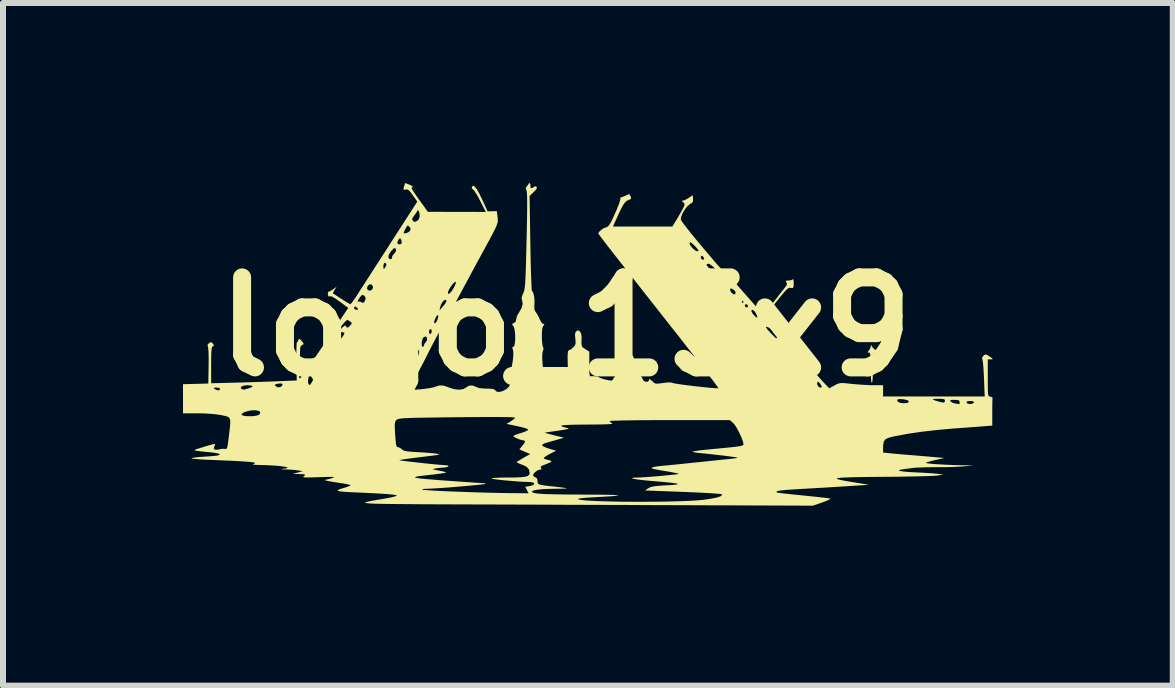
<source format=kicad_pcb>
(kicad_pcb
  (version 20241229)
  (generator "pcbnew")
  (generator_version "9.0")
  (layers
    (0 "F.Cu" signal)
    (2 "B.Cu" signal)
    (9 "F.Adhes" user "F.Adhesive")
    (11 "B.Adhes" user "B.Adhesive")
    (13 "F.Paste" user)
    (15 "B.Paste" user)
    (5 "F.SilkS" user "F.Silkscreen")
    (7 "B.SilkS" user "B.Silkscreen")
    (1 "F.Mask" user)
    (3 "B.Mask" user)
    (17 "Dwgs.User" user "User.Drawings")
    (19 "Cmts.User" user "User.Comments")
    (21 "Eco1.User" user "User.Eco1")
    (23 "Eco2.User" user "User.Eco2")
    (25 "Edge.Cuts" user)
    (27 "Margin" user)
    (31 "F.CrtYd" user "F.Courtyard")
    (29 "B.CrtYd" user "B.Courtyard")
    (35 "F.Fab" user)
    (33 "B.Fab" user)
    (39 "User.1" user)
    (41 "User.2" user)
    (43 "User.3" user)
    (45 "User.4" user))
  (footprint "logo_15x9"
    (layer "F.Cu")
    (at 6.378 2.395)
    (property "Reference" "logo_15x9" (at 0 0 0) (layer "F.SilkS") (effects (font (size 1.5 1.5) (thickness 0.3))))
    (attr board_only exclude_from_pos_files exclude_from_bom)
    (fp_poly (pts (xy 1.032 0.272) (xy 1.022 0.281) (xy 1.013 0.272) (xy 1.022 0.263)) (stroke (width 0) (type solid)) (fill yes) (layer "F.SilkS"))
    (fp_poly (pts (xy 5.097 0.314) (xy 5.106 0.333) (xy 5.138 0.371) (xy 5.166 0.387) (xy 5.193 0.397) (xy 5.187 0.406) (xy 5.163 0.415) (xy 5.146 0.423) (xy 5.135 0.436) (xy 5.127 0.46) (xy 5.123 0.503) (xy 5.122 0.569) (xy 5.121 0.666) (xy 5.121 0.684) (xy 5.12 0.791) (xy 5.116 0.872) (xy 5.11 0.922) (xy 5.103 0.938) (xy 5.095 0.92) (xy 5.089 0.868) (xy 5.085 0.786) (xy 5.084 0.685) (xy 5.083 0.582) (xy 5.081 0.511) (xy 5.077 0.466) (xy 5.071 0.442) (xy 5.06 0.433) (xy 5.053 0.431) (xy 5.032 0.429) (xy 5.038 0.414) (xy 5.053 0.397) (xy 5.078 0.356) (xy 5.085 0.327) (xy 5.088 0.304)) (stroke (width 0) (type solid)) (fill yes) (layer "F.SilkS"))
    (fp_poly (pts (xy 3.8 -0.755) (xy 3.801 -0.723) (xy 3.798 -0.671) (xy 3.789 -0.647) (xy 3.769 -0.644) (xy 3.751 -0.647) (xy 3.73 -0.649) (xy 3.708 -0.64) (xy 3.68 -0.617) (xy 3.642 -0.576) (xy 3.589 -0.512) (xy 3.54 -0.451) (xy 3.479 -0.376) (xy 3.426 -0.314) (xy 3.384 -0.268) (xy 3.359 -0.246) (xy 3.355 -0.244) (xy 3.345 -0.254) (xy 3.353 -0.267) (xy 3.371 -0.29) (xy 3.407 -0.337) (xy 3.456 -0.399) (xy 3.513 -0.472) (xy 3.518 -0.478) (xy 3.575 -0.552) (xy 3.625 -0.615) (xy 3.662 -0.663) (xy 3.682 -0.689) (xy 3.682 -0.689) (xy 3.688 -0.723) (xy 3.677 -0.741) (xy 3.666 -0.761) (xy 3.683 -0.768) (xy 3.708 -0.769) (xy 3.755 -0.775) (xy 3.783 -0.789) (xy 3.795 -0.789)) (stroke (width 0) (type solid)) (fill yes) (layer "F.SilkS"))
    (fp_poly (pts (xy -2.603 -2.367) (xy -2.558 -2.345) (xy -2.55 -2.328) (xy -2.555 -2.324) (xy -2.563 -2.318) (xy -2.566 -2.309) (xy -2.561 -2.293) (xy -2.545 -2.266) (xy -2.517 -2.223) (xy -2.473 -2.16) (xy -2.41 -2.072) (xy -2.381 -2.032) (xy -2.298 -1.915) (xy -1.814 -1.914) (xy -1.331 -1.913) (xy -1.427 -2.101) (xy -1.467 -2.176) (xy -1.504 -2.237) (xy -1.532 -2.277) (xy -1.547 -2.289) (xy -1.564 -2.303) (xy -1.563 -2.326) (xy -1.546 -2.35) (xy -1.52 -2.34) (xy -1.483 -2.295) (xy -1.438 -2.216) (xy -1.39 -2.117) (xy -1.302 -1.923) (xy -1.225 -1.924) (xy -1.148 -1.926) (xy -1.135 -1.826) (xy -1.132 -1.797) (xy -1.131 -1.771) (xy -1.133 -1.744) (xy -1.142 -1.712) (xy -1.157 -1.672) (xy -1.182 -1.618) (xy -1.217 -1.549) (xy -1.265 -1.459) (xy -1.327 -1.344) (xy -1.405 -1.202) (xy -1.426 -1.163) (xy -1.467 -1.089) (xy -1.521 -0.989) (xy -1.584 -0.871) (xy -1.652 -0.744) (xy -1.722 -0.615) (xy -1.755 -0.553) (xy -1.822 -0.428) (xy -1.89 -0.303) (xy -1.954 -0.186) (xy -2.011 -0.083) (xy -2.056 -0.003) (xy -2.073 0.028) (xy -2.118 0.107) (xy -2.173 0.209) (xy -2.232 0.322) (xy -2.29 0.434) (xy -2.307 0.469) (xy -2.361 0.576) (xy -2.417 0.683) (xy -2.469 0.783) (xy -2.512 0.862) (xy -2.525 0.886) (xy -2.562 0.952) (xy -2.59 1.005) (xy -2.606 1.038) (xy -2.608 1.043) (xy -2.59 1.05) (xy -2.545 1.051) (xy -2.48 1.048) (xy -2.405 1.042) (xy -2.328 1.033) (xy -2.258 1.022) (xy -2.204 1.011) (xy -2.184 1.004) (xy -2.111 0.981) (xy -2.045 0.98) (xy -1.972 1.002) (xy -1.948 1.013) (xy -1.864 1.04) (xy -1.781 1.05) (xy -1.71 1.041) (xy -1.661 1.014) (xy -1.66 1.013) (xy -1.609 0.982) (xy -1.548 0.98) (xy -1.492 1.004) (xy -1.444 1.023) (xy -1.359 1.031) (xy -1.321 1.032) (xy -1.245 1.034) (xy -1.2 1.041) (xy -1.178 1.054) (xy -1.175 1.06) (xy -1.148 1.084) (xy -1.102 1.087) (xy -1.046 1.072) (xy -0.989 1.04) (xy -0.943 0.997) (xy -0.928 0.962) (xy -0.921 0.909) (xy -0.921 0.854) (xy -0.928 0.812) (xy -0.938 0.797) (xy -0.943 0.775) (xy -0.927 0.741) (xy -0.907 0.694) (xy -0.891 0.626) (xy -0.879 0.547) (xy -0.872 0.471) (xy -0.874 0.408) (xy -0.882 0.375) (xy -0.892 0.346) (xy -0.877 0.338) (xy -0.873 0.338) (xy -0.857 0.321) (xy -0.847 0.276) (xy -0.842 0.215) (xy -0.842 0.145) (xy -0.847 0.077) (xy -0.858 0.021) (xy -0.873 -0.013) (xy -0.874 -0.014) (xy -0.894 -0.039) (xy -0.882 -0.053) (xy -0.865 -0.059) (xy -0.832 -0.088) (xy -0.825 -0.124) (xy -0.814 -0.172) (xy -0.786 -0.225) (xy -0.778 -0.237) (xy -0.735 -0.31) (xy -0.717 -0.381) (xy -0.726 -0.44) (xy -0.728 -0.443) (xy -0.735 -0.479) (xy -0.721 -0.528) (xy -0.709 -0.554) (xy -0.7 -0.574) (xy -0.692 -0.598) (xy -0.686 -0.628) (xy -0.68 -0.67) (xy -0.675 -0.725) (xy -0.671 -0.799) (xy -0.667 -0.894) (xy -0.663 -1.014) (xy -0.659 -1.162) (xy -0.654 -1.343) (xy -0.652 -1.434) (xy -0.647 -1.642) (xy -0.644 -1.815) (xy -0.642 -1.957) (xy -0.642 -2.069) (xy -0.643 -2.153) (xy -0.645 -2.214) (xy -0.649 -2.253) (xy -0.654 -2.273) (xy -0.655 -2.274) (xy -0.666 -2.308) (xy -0.648 -2.338) (xy -0.624 -2.369) (xy -0.619 -2.385) (xy -0.607 -2.394) (xy -0.599 -2.391) (xy -0.586 -2.365) (xy -0.588 -2.343) (xy -0.585 -2.314) (xy -0.561 -2.309) (xy -0.529 -2.33) (xy -0.503 -2.342) (xy -0.485 -2.331) (xy -0.479 -2.31) (xy -0.499 -2.279) (xy -0.533 -2.244) (xy -0.602 -2.179) (xy -0.589 -1.394) (xy -0.586 -1.226) (xy -0.583 -1.07) (xy -0.579 -0.93) (xy -0.575 -0.81) (xy -0.571 -0.713) (xy -0.568 -0.644) (xy -0.565 -0.606) (xy -0.563 -0.6) (xy -0.541 -0.566) (xy -0.526 -0.506) (xy -0.519 -0.433) (xy -0.521 -0.379) (xy -0.523 -0.309) (xy -0.513 -0.266) (xy -0.501 -0.248) (xy -0.477 -0.212) (xy -0.447 -0.157) (xy -0.433 -0.125) (xy -0.408 -0.077) (xy -0.386 -0.049) (xy -0.375 -0.047) (xy -0.358 -0.049) (xy -0.36 -0.031) (xy -0.379 -0.004) (xy -0.379 -0.003) (xy -0.389 0.025) (xy -0.395 0.08) (xy -0.397 0.149) (xy -0.395 0.222) (xy -0.39 0.287) (xy -0.381 0.332) (xy -0.375 0.345) (xy -0.369 0.374) (xy -0.379 0.4) (xy -0.389 0.444) (xy -0.391 0.518) (xy -0.387 0.59) (xy -0.38 0.687) (xy -0.372 0.753) (xy -0.356 0.794) (xy -0.328 0.816) (xy -0.281 0.824) (xy -0.209 0.826) (xy -0.156 0.825) (xy 0.04 0.825) (xy 0.034 0.61) (xy 0.032 0.512) (xy 0.034 0.448) (xy 0.039 0.41) (xy 0.048 0.395) (xy 0.052 0.394) (xy 0.081 0.382) (xy 0.119 0.351) (xy 0.125 0.346) (xy 0.153 0.313) (xy 0.165 0.281) (xy 0.164 0.234) (xy 0.161 0.199) (xy 0.155 0.136) (xy 0.161 0.098) (xy 0.178 0.075) (xy 0.206 0.06) (xy 0.233 0.075) (xy 0.239 0.081) (xy 0.257 0.113) (xy 0.265 0.166) (xy 0.265 0.222) (xy 0.263 0.285) (xy 0.269 0.322) (xy 0.287 0.347) (xy 0.322 0.371) (xy 0.327 0.374) (xy 0.394 0.416) (xy 0.394 0.621) (xy 0.394 0.825) (xy 0.468 0.825) (xy 0.517 0.829) (xy 0.548 0.838) (xy 0.551 0.841) (xy 0.574 0.853) (xy 0.621 0.87) (xy 0.668 0.882) (xy 0.73 0.896) (xy 0.765 0.898) (xy 0.781 0.89) (xy 0.784 0.883) (xy 0.801 0.855) (xy 0.835 0.812) (xy 0.856 0.788) (xy 0.894 0.741) (xy 0.913 0.698) (xy 0.919 0.641) (xy 0.919 0.615) (xy 0.925 0.537) (xy 0.944 0.483) (xy 0.959 0.462) (xy 0.983 0.421) (xy 0.989 0.388) (xy 0.988 0.386) (xy 0.992 0.353) (xy 1.016 0.325) (xy 1.036 0.319) (xy 1.048 0.335) (xy 1.051 0.358) (xy 1.062 0.398) (xy 1.091 0.446) (xy 1.097 0.454) (xy 1.13 0.506) (xy 1.143 0.569) (xy 1.144 0.599) (xy 1.149 0.661) (xy 1.167 0.707) (xy 1.208 0.756) (xy 1.209 0.757) (xy 1.248 0.806) (xy 1.274 0.851) (xy 1.279 0.868) (xy 1.296 0.898) (xy 1.328 0.916) (xy 1.362 0.919) (xy 1.385 0.903) (xy 1.388 0.889) (xy 1.393 0.872) (xy 1.41 0.879) (xy 1.442 0.907) (xy 1.472 0.934) (xy 1.499 0.948) (xy 1.534 0.95) (xy 1.59 0.943) (xy 1.62 0.938) (xy 1.704 0.929) (xy 1.761 0.931) (xy 1.777 0.936) (xy 1.805 0.944) (xy 1.861 0.953) (xy 1.94 0.965) (xy 2.034 0.977) (xy 2.137 0.99) (xy 2.241 1.001) (xy 2.34 1.012) (xy 2.426 1.02) (xy 2.494 1.025) (xy 2.536 1.026) (xy 2.546 1.025) (xy 2.536 1.009) (xy 2.505 0.966) (xy 2.491 0.947) (xy 4.191 0.947) (xy 4.195 0.971) (xy 4.219 1.006) (xy 4.243 1.013) (xy 4.266 1.011) (xy 4.268 0.998) (xy 4.25 0.964) (xy 4.246 0.957) (xy 4.217 0.921) (xy 4.197 0.918) (xy 4.191 0.947) (xy 2.491 0.947) (xy 2.455 0.898) (xy 2.387 0.809) (xy 2.346 0.756) (xy 4.052 0.756) (xy 4.061 0.785) (xy 4.08 0.808) (xy 4.099 0.814) (xy 4.105 0.807) (xy 4.105 0.772) (xy 4.101 0.759) (xy 4.081 0.735) (xy 4.06 0.736) (xy 4.052 0.756) (xy 2.346 0.756) (xy 2.303 0.7) (xy 2.226 0.6) (xy 3.883 0.6) (xy 3.897 0.632) (xy 3.919 0.638) (xy 3.945 0.629) (xy 3.945 0.6) (xy 3.926 0.57) (xy 3.909 0.563) (xy 3.888 0.578) (xy 3.883 0.6) (xy 2.226 0.6) (xy 2.206 0.574) (xy 2.097 0.434) (xy 2.041 0.362) (xy 3.706 0.362) (xy 3.713 0.388) (xy 3.737 0.422) (xy 3.767 0.454) (xy 3.785 0.454) (xy 3.786 0.451) (xy 3.78 0.422) (xy 3.755 0.388) (xy 3.72 0.361) (xy 3.706 0.362) (xy 2.041 0.362) (xy 1.978 0.281) (xy 1.851 0.119) (xy 1.808 0.065) (xy 1.766 0.012) (xy 3.339 0.012) (xy 3.362 0.045) (xy 3.408 0.096) (xy 3.424 0.113) (xy 3.475 0.164) (xy 3.514 0.203) (xy 3.536 0.223) (xy 3.538 0.225) (xy 3.537 0.21) (xy 3.532 0.186) (xy 3.513 0.15) (xy 3.496 0.137) (xy 3.473 0.114) (xy 3.47 0.103) (xy 3.456 0.073) (xy 3.42 0.039) (xy 3.377 0.011) (xy 3.342 0) (xy 3.339 0.012) (xy 1.766 0.012) (xy 1.669 -0.112) (xy 1.553 -0.259) (xy 3.095 -0.259) (xy 3.107 -0.231) (xy 3.136 -0.194) (xy 3.168 -0.163) (xy 3.192 -0.15) (xy 3.194 -0.165) (xy 3.181 -0.201) (xy 3.175 -0.215) (xy 3.147 -0.257) (xy 3.12 -0.28) (xy 3.1 -0.278) (xy 3.095 -0.259) (xy 1.553 -0.259) (xy 1.53 -0.288) (xy 1.471 -0.364) (xy 2.985 -0.364) (xy 2.99 -0.338) (xy 2.995 -0.331) (xy 3.023 -0.319) (xy 3.038 -0.339) (xy 3.039 -0.347) (xy 3.024 -0.372) (xy 3.011 -0.375) (xy 2.985 -0.364) (xy 1.471 -0.364) (xy 1.426 -0.42) (xy 2.933 -0.42) (xy 2.936 -0.413) (xy 2.953 -0.395) (xy 2.956 -0.394) (xy 2.964 -0.408) (xy 2.964 -0.413) (xy 2.95 -0.431) (xy 2.944 -0.431) (xy 2.933 -0.42) (xy 1.426 -0.42) (xy 1.394 -0.461) (xy 1.265 -0.625) (xy 2.739 -0.625) (xy 2.746 -0.594) (xy 2.769 -0.56) (xy 2.803 -0.537) (xy 2.826 -0.546) (xy 2.833 -0.573) (xy 2.818 -0.6) (xy 2.785 -0.626) (xy 2.75 -0.638) (xy 2.749 -0.638) (xy 2.739 -0.625) (xy 1.265 -0.625) (xy 1.264 -0.627) (xy 1.142 -0.782) (xy 1.032 -0.922) (xy 0.937 -1.043) (xy 2.35 -1.043) (xy 2.352 -1.019) (xy 2.387 -0.981) (xy 2.436 -0.943) (xy 2.482 -0.915) (xy 2.517 -0.901) (xy 2.532 -0.907) (xy 2.532 -0.909) (xy 2.519 -0.935) (xy 2.486 -0.973) (xy 2.444 -1.011) (xy 2.405 -1.04) (xy 2.38 -1.051) (xy 2.35 -1.043) (xy 0.937 -1.043) (xy 0.936 -1.043) (xy 0.858 -1.143) (xy 0.837 -1.169) (xy 2.253 -1.169) (xy 2.254 -1.142) (xy 2.272 -1.121) (xy 2.275 -1.12) (xy 2.303 -1.118) (xy 2.305 -1.141) (xy 2.301 -1.153) (xy 2.281 -1.178) (xy 2.27 -1.182) (xy 2.253 -1.169) (xy 0.837 -1.169) (xy 0.802 -1.214) (xy 0.727 -1.31) (xy 0.661 -1.395) (xy 2.063 -1.395) (xy 2.072 -1.364) (xy 2.103 -1.321) (xy 2.114 -1.309) (xy 2.155 -1.274) (xy 2.19 -1.257) (xy 2.211 -1.261) (xy 2.214 -1.27) (xy 2.201 -1.292) (xy 2.171 -1.327) (xy 2.133 -1.365) (xy 2.099 -1.395) (xy 2.079 -1.407) (xy 2.063 -1.395) (xy 0.661 -1.395) (xy 0.661 -1.395) (xy 0.607 -1.467) (xy 0.567 -1.52) (xy 0.546 -1.551) (xy 0.544 -1.556) (xy 0.558 -1.581) (xy 0.592 -1.613) (xy 0.63 -1.64) (xy 0.66 -1.651) (xy 0.694 -1.664) (xy 0.719 -1.685) (xy 0.741 -1.718) (xy 0.771 -1.774) (xy 0.804 -1.846) (xy 0.839 -1.924) (xy 0.87 -2) (xy 0.895 -2.066) (xy 0.909 -2.114) (xy 0.911 -2.133) (xy 0.915 -2.155) (xy 0.924 -2.157) (xy 0.956 -2.166) (xy 1.001 -2.185) (xy 1.002 -2.186) (xy 1.04 -2.204) (xy 1.059 -2.21) (xy 1.06 -2.209) (xy 1.071 -2.191) (xy 1.084 -2.167) (xy 1.093 -2.14) (xy 1.077 -2.123) (xy 1.045 -2.111) (xy 1.017 -2.097) (xy 0.99 -2.072) (xy 0.96 -2.031) (xy 0.926 -1.97) (xy 0.884 -1.882) (xy 0.832 -1.768) (xy 0.788 -1.67) (xy 1.284 -1.67) (xy 1.779 -1.67) (xy 1.844 -1.777) (xy 1.902 -1.875) (xy 1.942 -1.946) (xy 1.968 -1.995) (xy 1.98 -2.027) (xy 1.98 -2.048) (xy 1.972 -2.062) (xy 1.959 -2.072) (xy 1.936 -2.093) (xy 1.944 -2.1) (xy 1.953 -2.1) (xy 1.987 -2.111) (xy 2.034 -2.136) (xy 2.05 -2.147) (xy 2.118 -2.192) (xy 2.123 -2.133) (xy 2.122 -2.087) (xy 2.098 -2.059) (xy 2.073 -2.045) (xy 2.03 -2.01) (xy 1.985 -1.953) (xy 1.947 -1.888) (xy 1.923 -1.827) (xy 1.918 -1.788) (xy 1.931 -1.764) (xy 1.965 -1.715) (xy 2.018 -1.646) (xy 2.086 -1.56) (xy 2.167 -1.461) (xy 2.256 -1.353) (xy 2.289 -1.314) (xy 2.393 -1.192) (xy 2.476 -1.094) (xy 2.54 -1.02) (xy 2.59 -0.966) (xy 2.627 -0.928) (xy 2.656 -0.904) (xy 2.677 -0.892) (xy 2.696 -0.887) (xy 2.714 -0.887) (xy 2.714 -0.887) (xy 2.755 -0.888) (xy 2.768 -0.874) (xy 2.763 -0.837) (xy 2.758 -0.8) (xy 2.769 -0.79) (xy 2.783 -0.794) (xy 2.827 -0.812) (xy 2.843 -0.818) (xy 2.861 -0.822) (xy 2.859 -0.804) (xy 2.849 -0.781) (xy 2.836 -0.739) (xy 2.848 -0.707) (xy 2.855 -0.699) (xy 2.885 -0.664) (xy 2.937 -0.604) (xy 3.007 -0.525) (xy 3.092 -0.428) (xy 3.19 -0.317) (xy 3.298 -0.196) (xy 3.412 -0.066) (xy 3.531 0.067) (xy 3.651 0.202) (xy 3.769 0.335) (xy 3.882 0.463) (xy 3.988 0.582) (xy 4.084 0.689) (xy 4.167 0.782) (xy 4.234 0.857) (xy 4.282 0.91) (xy 4.308 0.939) (xy 4.31 0.94) (xy 4.393 1.027) (xy 4.479 0.979) (xy 4.517 0.959) (xy 4.549 0.946) (xy 4.584 0.94) (xy 4.631 0.94) (xy 4.7 0.946) (xy 4.774 0.954) (xy 4.88 0.963) (xy 4.991 0.97) (xy 5.091 0.975) (xy 5.137 0.975) (xy 5.29 0.975) (xy 5.29 1.069) (xy 5.29 1.163) (xy 6.137 1.163) (xy 6.984 1.163) (xy 6.972 0.86) (xy 6.967 0.756) (xy 6.961 0.665) (xy 6.954 0.595) (xy 6.947 0.55) (xy 6.943 0.539) (xy 6.941 0.513) (xy 6.961 0.486) (xy 6.985 0.466) (xy 7.006 0.463) (xy 7.038 0.479) (xy 7.065 0.497) (xy 7.106 0.526) (xy 7.118 0.54) (xy 7.104 0.544) (xy 7.084 0.544) (xy 7.035 0.544) (xy 7.035 0.852) (xy 7.035 0.966) (xy 7.036 1.048) (xy 7.038 1.103) (xy 7.043 1.137) (xy 7.051 1.155) (xy 7.062 1.163) (xy 7.077 1.166) (xy 7.108 1.176) (xy 7.114 1.187) (xy 7.113 1.21) (xy 7.111 1.263) (xy 7.11 1.337) (xy 7.11 1.424) (xy 7.11 1.648) (xy 6.974 1.659) (xy 6.911 1.664) (xy 6.82 1.671) (xy 6.709 1.679) (xy 6.587 1.688) (xy 6.463 1.697) (xy 6.196 1.721) (xy 5.939 1.75) (xy 5.703 1.785) (xy 5.494 1.824) (xy 5.464 1.83) (xy 5.382 1.851) (xy 5.33 1.876) (xy 5.303 1.912) (xy 5.292 1.966) (xy 5.29 2.013) (xy 5.29 2.097) (xy 5.389 2.108) (xy 5.445 2.113) (xy 5.529 2.121) (xy 5.628 2.13) (xy 5.731 2.138) (xy 5.74 2.139) (xy 5.852 2.148) (xy 5.968 2.158) (xy 6.074 2.167) (xy 6.153 2.174) (xy 6.312 2.188) (xy 6.158 2.223) (xy 6.087 2.24) (xy 6.034 2.256) (xy 6.005 2.267) (xy 6.003 2.27) (xy 6.021 2.276) (xy 6.07 2.282) (xy 6.145 2.289) (xy 6.24 2.295) (xy 6.348 2.301) (xy 6.464 2.306) (xy 6.582 2.309) (xy 6.63 2.31) (xy 6.8 2.313) (xy 6.631 2.328) (xy 6.548 2.333) (xy 6.441 2.338) (xy 6.321 2.341) (xy 6.202 2.341) (xy 6.181 2.341) (xy 6.073 2.342) (xy 5.971 2.344) (xy 5.883 2.347) (xy 5.82 2.351) (xy 5.806 2.352) (xy 5.73 2.362) (xy 5.654 2.372) (xy 5.632 2.375) (xy 5.575 2.384) (xy 5.554 2.394) (xy 5.568 2.403) (xy 5.616 2.412) (xy 5.697 2.42) (xy 5.81 2.427) (xy 5.829 2.428) (xy 5.937 2.433) (xy 6.039 2.439) (xy 6.126 2.445) (xy 6.188 2.451) (xy 6.2 2.452) (xy 6.294 2.465) (xy 6.2 2.48) (xy 6.161 2.484) (xy 6.089 2.488) (xy 5.989 2.491) (xy 5.865 2.494) (xy 5.721 2.497) (xy 5.562 2.5) (xy 5.393 2.502) (xy 5.322 2.502) (xy 5.106 2.504) (xy 4.925 2.506) (xy 4.779 2.509) (xy 4.667 2.513) (xy 4.586 2.517) (xy 4.537 2.523) (xy 4.516 2.53) (xy 4.524 2.539) (xy 4.559 2.549) (xy 4.619 2.562) (xy 4.703 2.577) (xy 4.794 2.592) (xy 5.056 2.635) (xy 4.727 2.656) (xy 4.605 2.664) (xy 4.457 2.673) (xy 4.295 2.683) (xy 4.132 2.692) (xy 3.979 2.701) (xy 3.962 2.702) (xy 3.811 2.711) (xy 3.693 2.719) (xy 3.608 2.727) (xy 3.551 2.735) (xy 3.52 2.744) (xy 3.511 2.753) (xy 3.522 2.764) (xy 3.544 2.768) (xy 3.598 2.775) (xy 3.678 2.784) (xy 3.779 2.795) (xy 3.896 2.807) (xy 3.958 2.813) (xy 4.081 2.826) (xy 4.193 2.837) (xy 4.287 2.848) (xy 4.358 2.856) (xy 4.4 2.862) (xy 4.408 2.864) (xy 4.405 2.874) (xy 4.372 2.892) (xy 4.315 2.915) (xy 4.278 2.929) (xy 4.119 2.983) (xy 2.852 2.978) (xy 2.67 2.977) (xy 2.455 2.977) (xy 2.209 2.976) (xy 1.938 2.975) (xy 1.644 2.974) (xy 1.332 2.973) (xy 1.006 2.971) (xy 0.669 2.97) (xy 0.326 2.969) (xy -0.02 2.968) (xy -0.365 2.966) (xy -0.706 2.965) (xy -0.957 2.964) (xy -1.323 2.963) (xy -1.652 2.962) (xy -1.948 2.961) (xy -2.21 2.96) (xy -2.441 2.959) (xy -2.641 2.957) (xy -2.813 2.956) (xy -2.958 2.954) (xy -3.078 2.952) (xy -3.173 2.95) (xy -3.246 2.947) (xy -3.297 2.943) (xy -3.329 2.939) (xy -3.343 2.934) (xy -3.34 2.928) (xy -3.322 2.922) (xy -3.29 2.914) (xy -3.246 2.905) (xy -3.191 2.895) (xy -3.127 2.884) (xy -3.055 2.872) (xy -2.978 2.858) (xy -2.905 2.844) (xy -2.849 2.83) (xy -2.818 2.818) (xy -2.814 2.815) (xy -2.829 2.807) (xy -2.877 2.799) (xy -2.957 2.791) (xy -3.071 2.783) (xy -3.22 2.775) (xy -3.405 2.766) (xy -3.452 2.764) (xy -3.588 2.758) (xy -3.689 2.752) (xy -3.756 2.745) (xy -3.793 2.737) (xy -3.801 2.727) (xy -3.782 2.715) (xy -3.739 2.7) (xy -3.709 2.691) (xy -3.647 2.672) (xy -3.602 2.654) (xy -3.583 2.643) (xy -3.583 2.643) (xy -3.6 2.635) (xy -3.646 2.624) (xy -3.713 2.612) (xy -3.747 2.607) (xy -3.859 2.59) (xy -3.943 2.576) (xy -3.996 2.564) (xy -4.017 2.556) (xy -4.005 2.552) (xy -3.964 2.544) (xy -3.907 2.528) (xy -3.893 2.523) (xy -3.868 2.514) (xy -3.86 2.507) (xy -3.875 2.504) (xy -3.915 2.503) (xy -3.984 2.504) (xy -4.087 2.507) (xy -4.108 2.508) (xy -4.218 2.511) (xy -4.295 2.513) (xy -4.343 2.512) (xy -4.368 2.509) (xy -4.374 2.502) (xy -4.366 2.492) (xy -4.362 2.488) (xy -4.343 2.472) (xy -4.346 2.463) (xy -4.374 2.458) (xy -4.434 2.456) (xy -4.437 2.456) (xy -4.549 2.454) (xy -4.465 2.431) (xy -4.38 2.408) (xy -4.455 2.396) (xy -4.514 2.388) (xy -4.592 2.382) (xy -4.662 2.379) (xy -4.722 2.377) (xy -4.745 2.374) (xy -4.732 2.371) (xy -4.713 2.369) (xy -4.657 2.361) (xy -4.634 2.353) (xy -4.643 2.343) (xy -4.68 2.334) (xy -4.741 2.325) (xy -4.823 2.317) (xy -4.924 2.311) (xy -5.039 2.306) (xy -5.093 2.305) (xy -5.158 2.303) (xy -5.2 2.3) (xy -5.214 2.296) (xy -5.21 2.294) (xy -5.183 2.28) (xy -5.178 2.271) (xy -5.192 2.264) (xy -5.235 2.257) (xy -5.309 2.25) (xy -5.415 2.243) (xy -5.555 2.235) (xy -5.729 2.228) (xy -5.905 2.22) (xy -6.011 2.216) (xy -6.104 2.21) (xy -6.177 2.204) (xy -6.224 2.198) (xy -6.238 2.194) (xy -6.224 2.187) (xy -6.18 2.18) (xy -6.113 2.173) (xy -6.045 2.168) (xy -5.958 2.162) (xy -5.88 2.156) (xy -5.823 2.15) (xy -5.801 2.146) (xy -5.767 2.135) (xy -5.769 2.122) (xy -5.804 2.11) (xy -5.869 2.099) (xy -5.923 2.093) (xy -6.005 2.086) (xy -6.082 2.077) (xy -6.139 2.07) (xy -6.142 2.069) (xy -6.173 2.064) (xy -6.186 2.058) (xy -6.175 2.049) (xy -6.136 2.035) (xy -6.067 2.014) (xy -6.038 2.005) (xy -5.949 1.978) (xy -5.89 1.962) (xy -5.856 1.955) (xy -5.843 1.958) (xy -5.844 1.97) (xy -5.854 1.99) (xy -5.865 2.031) (xy -5.846 2.051) (xy -5.798 2.05) (xy -5.778 2.045) (xy -5.725 2.035) (xy -5.683 2.036) (xy -5.68 2.037) (xy -5.664 2.039) (xy -5.651 2.032) (xy -5.641 2.009) (xy -5.632 1.965) (xy -5.622 1.894) (xy -5.61 1.792) (xy -5.597 1.684) (xy -5.593 1.635) (xy -2.849 1.635) (xy -2.848 1.693) (xy -2.843 1.779) (xy -2.842 1.799) (xy -2.835 1.891) (xy -2.829 1.951) (xy -2.821 1.987) (xy -2.81 2.003) (xy -2.796 2.007) (xy -2.759 2.02) (xy -2.731 2.043) (xy -2.712 2.058) (xy -2.682 2.07) (xy -2.635 2.078) (xy -2.564 2.085) (xy -2.463 2.091) (xy -2.461 2.091) (xy -2.362 2.097) (xy -2.27 2.104) (xy -2.195 2.111) (xy -2.148 2.117) (xy -2.118 2.124) (xy -2.109 2.13) (xy -2.127 2.136) (xy -2.175 2.143) (xy -2.255 2.154) (xy -2.26 2.154) (xy -2.423 2.174) (xy -2.552 2.19) (xy -2.648 2.203) (xy -2.715 2.213) (xy -2.755 2.219) (xy -2.771 2.224) (xy -2.771 2.225) (xy -2.751 2.229) (xy -2.7 2.237) (xy -2.626 2.246) (xy -2.535 2.256) (xy -2.434 2.268) (xy -2.331 2.279) (xy -2.231 2.289) (xy -2.142 2.298) (xy -2.07 2.304) (xy -2.023 2.307) (xy -2.014 2.307) (xy -1.966 2.313) (xy -1.952 2.324) (xy -1.969 2.337) (xy -2.013 2.346) (xy -2.031 2.347) (xy -2.097 2.352) (xy -2.158 2.36) (xy -2.167 2.362) (xy -2.223 2.375) (xy -2.162 2.388) (xy -2.098 2.401) (xy -2.043 2.412) (xy -2.006 2.422) (xy -1.994 2.432) (xy -1.994 2.432) (xy -2.015 2.437) (xy -2.066 2.445) (xy -2.14 2.455) (xy -2.23 2.466) (xy -2.253 2.468) (xy -2.356 2.48) (xy -2.435 2.49) (xy -2.487 2.499) (xy -2.511 2.508) (xy -2.507 2.515) (xy -2.472 2.523) (xy -2.405 2.532) (xy -2.306 2.541) (xy -2.172 2.552) (xy -2.003 2.565) (xy -1.942 2.569) (xy -1.803 2.579) (xy -1.675 2.588) (xy -1.562 2.596) (xy -1.471 2.602) (xy -1.406 2.606) (xy -1.372 2.608) (xy -1.371 2.608) (xy -1.341 2.611) (xy -1.337 2.619) (xy -1.358 2.624) (xy -1.411 2.631) (xy -1.489 2.639) (xy -1.586 2.648) (xy -1.696 2.658) (xy -1.814 2.668) (xy -1.932 2.678) (xy -2.046 2.686) (xy -2.148 2.693) (xy -2.234 2.698) (xy -2.296 2.7) (xy -2.306 2.701) (xy -2.359 2.703) (xy -2.39 2.709) (xy -2.393 2.715) (xy -2.372 2.72) (xy -2.317 2.724) (xy -2.234 2.73) (xy -2.127 2.736) (xy -2.001 2.742) (xy -1.86 2.748) (xy -1.709 2.753) (xy -1.553 2.759) (xy -1.396 2.764) (xy -1.242 2.768) (xy -1.096 2.771) (xy -0.963 2.773) (xy -0.923 2.774) (xy -0.618 2.776) (xy -0.633 2.748) (xy -0.563 2.748) (xy -0.556 2.76) (xy -0.534 2.769) (xy -0.495 2.777) (xy -0.434 2.784) (xy -0.351 2.789) (xy -0.241 2.792) (xy -0.103 2.795) (xy 0.066 2.797) (xy 0.27 2.798) (xy 0.338 2.799) (xy 0.52 2.799) (xy 0.664 2.801) (xy 0.772 2.803) (xy 0.842 2.806) (xy 0.875 2.81) (xy 0.872 2.814) (xy 0.832 2.819) (xy 0.755 2.826) (xy 0.642 2.833) (xy 0.493 2.841) (xy 0.463 2.843) (xy 0.357 2.849) (xy 0.276 2.856) (xy 0.223 2.864) (xy 0.202 2.872) (xy 0.202 2.874) (xy 0.231 2.883) (xy 0.292 2.892) (xy 0.383 2.899) (xy 0.499 2.905) (xy 0.635 2.91) (xy 0.788 2.914) (xy 0.954 2.917) (xy 1.127 2.918) (xy 1.305 2.918) (xy 1.483 2.917) (xy 1.657 2.915) (xy 1.822 2.911) (xy 1.974 2.906) (xy 2.11 2.9) (xy 2.224 2.892) (xy 2.314 2.883) (xy 2.321 2.882) (xy 2.442 2.863) (xy 2.528 2.845) (xy 2.582 2.826) (xy 2.606 2.805) (xy 2.608 2.797) (xy 2.598 2.792) (xy 2.567 2.787) (xy 2.512 2.782) (xy 2.432 2.776) (xy 2.325 2.77) (xy 2.188 2.763) (xy 2.02 2.756) (xy 1.817 2.748) (xy 1.632 2.741) (xy 1.323 2.729) (xy 1.376 2.693) (xy 1.41 2.675) (xy 1.457 2.663) (xy 1.523 2.654) (xy 1.618 2.647) (xy 1.642 2.646) (xy 1.747 2.64) (xy 1.82 2.634) (xy 1.861 2.628) (xy 1.87 2.621) (xy 1.846 2.613) (xy 1.787 2.604) (xy 1.694 2.594) (xy 1.564 2.582) (xy 1.398 2.568) (xy 1.393 2.568) (xy 1.285 2.557) (xy 1.2 2.547) (xy 1.14 2.537) (xy 1.108 2.528) (xy 1.107 2.521) (xy 1.138 2.516) (xy 1.204 2.514) (xy 1.205 2.513) (xy 1.256 2.512) (xy 1.33 2.507) (xy 1.42 2.501) (xy 1.518 2.493) (xy 1.618 2.484) (xy 1.711 2.475) (xy 1.791 2.467) (xy 1.851 2.46) (xy 1.884 2.454) (xy 1.887 2.453) (xy 1.873 2.447) (xy 1.829 2.437) (xy 1.763 2.424) (xy 1.702 2.413) (xy 1.593 2.395) (xy 1.516 2.381) (xy 1.466 2.371) (xy 1.44 2.363) (xy 1.432 2.357) (xy 1.437 2.35) (xy 1.445 2.346) (xy 1.476 2.337) (xy 1.534 2.327) (xy 1.605 2.319) (xy 1.613 2.318) (xy 1.674 2.313) (xy 1.764 2.304) (xy 1.876 2.293) (xy 2.002 2.28) (xy 2.135 2.266) (xy 2.185 2.261) (xy 2.317 2.247) (xy 2.445 2.234) (xy 2.561 2.222) (xy 2.657 2.212) (xy 2.726 2.205) (xy 2.744 2.203) (xy 2.807 2.196) (xy 2.85 2.189) (xy 2.865 2.183) (xy 2.865 2.183) (xy 2.844 2.178) (xy 2.793 2.17) (xy 2.718 2.16) (xy 2.628 2.148) (xy 2.528 2.137) (xy 2.426 2.125) (xy 2.328 2.115) (xy 2.265 2.109) (xy 2.195 2.102) (xy 2.141 2.093) (xy 2.113 2.085) (xy 2.111 2.084) (xy 2.127 2.078) (xy 2.174 2.07) (xy 2.247 2.06) (xy 2.341 2.05) (xy 2.45 2.039) (xy 2.463 2.038) (xy 2.614 2.024) (xy 2.731 2.012) (xy 2.818 2.003) (xy 2.881 1.994) (xy 2.923 1.987) (xy 2.948 1.979) (xy 2.96 1.971) (xy 2.964 1.962) (xy 2.964 1.96) (xy 2.955 1.915) (xy 2.931 1.849) (xy 2.897 1.775) (xy 2.859 1.702) (xy 2.823 1.642) (xy 2.795 1.609) (xy 2.738 1.557) (xy 1.735 1.557) (xy 1.545 1.557) (xy 1.367 1.558) (xy 1.203 1.559) (xy 1.059 1.561) (xy 0.937 1.563) (xy 0.84 1.566) (xy 0.772 1.568) (xy 0.736 1.571) (xy 0.732 1.573) (xy 0.747 1.592) (xy 0.774 1.609) (xy 0.778 1.616) (xy 0.759 1.621) (xy 0.713 1.625) (xy 0.638 1.628) (xy 0.531 1.63) (xy 0.39 1.631) (xy 0.37 1.631) (xy 0.229 1.632) (xy 0.11 1.634) (xy 0.018 1.638) (xy -0.044 1.643) (xy -0.073 1.648) (xy -0.075 1.65) (xy -0.059 1.665) (xy -0.018 1.678) (xy -0.009 1.68) (xy 0.033 1.69) (xy 0.05 1.7) (xy 0.05 1.701) (xy 0.029 1.707) (xy -0.023 1.717) (xy -0.1 1.729) (xy -0.194 1.743) (xy -0.301 1.758) (xy -0.347 1.765) (xy -0.339 1.77) (xy -0.301 1.782) (xy -0.24 1.798) (xy -0.197 1.809) (xy -0.028 1.85) (xy -0.131 1.88) (xy -0.207 1.902) (xy -0.282 1.923) (xy -0.314 1.932) (xy -0.363 1.949) (xy -0.391 1.968) (xy -0.394 1.975) (xy -0.377 1.992) (xy -0.334 2.013) (xy -0.277 2.033) (xy -0.159 2.067) (xy -0.268 2.122) (xy -0.322 2.153) (xy -0.357 2.178) (xy -0.367 2.193) (xy -0.343 2.207) (xy -0.298 2.22) (xy -0.289 2.222) (xy -0.248 2.233) (xy -0.238 2.245) (xy -0.26 2.263) (xy -0.317 2.287) (xy -0.343 2.297) (xy -0.395 2.318) (xy -0.417 2.335) (xy -0.414 2.353) (xy -0.411 2.356) (xy -0.401 2.376) (xy -0.423 2.382) (xy -0.429 2.382) (xy -0.47 2.395) (xy -0.512 2.425) (xy -0.54 2.461) (xy -0.544 2.478) (xy -0.528 2.499) (xy -0.506 2.508) (xy -0.477 2.53) (xy -0.469 2.572) (xy -0.468 2.596) (xy -0.461 2.614) (xy -0.443 2.628) (xy -0.407 2.638) (xy -0.35 2.647) (xy -0.264 2.657) (xy -0.188 2.665) (xy -0.106 2.674) (xy -0.039 2.683) (xy 0.004 2.69) (xy 0.017 2.693) (xy 0.003 2.697) (xy -0.04 2.699) (xy -0.106 2.701) (xy -0.154 2.701) (xy -0.287 2.703) (xy -0.399 2.709) (xy -0.484 2.719) (xy -0.54 2.731) (xy -0.563 2.746) (xy -0.563 2.748) (xy -0.633 2.748) (xy -0.646 2.722) (xy -0.674 2.668) (xy -0.6 2.656) (xy -0.545 2.641) (xy -0.523 2.62) (xy -0.534 2.6) (xy -0.577 2.59) (xy -0.596 2.589) (xy -0.66 2.587) (xy -0.743 2.583) (xy -0.837 2.576) (xy -0.935 2.568) (xy -1.031 2.56) (xy -1.115 2.55) (xy -1.183 2.542) (xy -1.226 2.534) (xy -1.238 2.53) (xy -1.22 2.524) (xy -1.172 2.519) (xy -1.098 2.516) (xy -1.007 2.514) (xy -0.955 2.514) (xy -0.829 2.513) (xy -0.736 2.508) (xy -0.671 2.5) (xy -0.63 2.487) (xy -0.608 2.468) (xy -0.6 2.441) (xy -0.6 2.437) (xy -0.612 2.379) (xy -0.651 2.335) (xy -0.722 2.301) (xy -0.733 2.298) (xy -0.783 2.278) (xy -0.813 2.262) (xy -0.817 2.255) (xy -0.796 2.241) (xy -0.752 2.215) (xy -0.699 2.183) (xy -0.591 2.122) (xy -0.682 2.084) (xy -0.772 2.045) (xy -0.724 1.987) (xy -0.686 1.936) (xy -0.678 1.906) (xy -0.697 1.895) (xy -0.703 1.895) (xy -0.74 1.888) (xy -0.787 1.872) (xy -0.833 1.852) (xy -0.865 1.832) (xy -0.873 1.82) (xy -0.851 1.808) (xy -0.804 1.79) (xy -0.741 1.771) (xy -0.681 1.751) (xy -0.639 1.731) (xy -0.625 1.717) (xy -0.625 1.717) (xy -0.639 1.704) (xy -0.677 1.69) (xy -0.741 1.673) (xy -0.837 1.651) (xy -0.9 1.638) (xy -0.985 1.62) (xy -0.915 1.577) (xy -0.872 1.547) (xy -0.847 1.523) (xy -0.844 1.516) (xy -0.863 1.512) (xy -0.918 1.508) (xy -1.01 1.506) (xy -1.136 1.505) (xy -1.298 1.505) (xy -1.493 1.506) (xy -1.722 1.508) (xy -1.815 1.509) (xy -2.031 1.511) (xy -2.213 1.514) (xy -2.363 1.516) (xy -2.485 1.518) (xy -2.582 1.521) (xy -2.658 1.524) (xy -2.714 1.527) (xy -2.755 1.532) (xy -2.783 1.537) (xy -2.802 1.542) (xy -2.814 1.549) (xy -2.82 1.555) (xy -2.836 1.574) (xy -2.845 1.598) (xy -2.849 1.635) (xy -5.593 1.635) (xy -5.59 1.607) (xy -5.591 1.555) (xy -5.603 1.523) (xy -5.626 1.503) (xy -5.665 1.49) (xy -5.721 1.478) (xy -5.731 1.475) (xy -5.805 1.464) (xy -5.403 1.464) (xy -5.386 1.479) (xy -5.343 1.489) (xy -5.283 1.492) (xy -5.219 1.491) (xy -5.159 1.484) (xy -5.116 1.471) (xy -5.1 1.46) (xy -5.089 1.427) (xy -5.108 1.405) (xy -5.161 1.394) (xy -5.183 1.392) (xy -5.244 1.395) (xy -5.306 1.408) (xy -5.361 1.427) (xy -5.396 1.45) (xy -5.403 1.464) (xy -5.805 1.464) (xy -5.854 1.457) (xy -6.008 1.446) (xy -6.125 1.444) (xy -6.378 1.444) (xy -6.378 1.236) (xy 5.526 1.236) (xy 5.535 1.249) (xy 5.566 1.266) (xy 5.612 1.275) (xy 5.663 1.275) (xy 5.703 1.267) (xy 5.721 1.251) (xy 5.722 1.25) (xy 5.704 1.229) (xy 5.653 1.214) (xy 5.637 1.211) (xy 5.618 1.209) (xy 6.116 1.209) (xy 6.132 1.22) (xy 6.172 1.235) (xy 6.222 1.249) (xy 6.27 1.26) (xy 6.302 1.264) (xy 6.308 1.263) (xy 6.321 1.239) (xy 6.322 1.228) (xy 6.407 1.228) (xy 6.412 1.242) (xy 6.415 1.246) (xy 6.449 1.268) (xy 6.497 1.281) (xy 6.539 1.287) (xy 6.561 1.291) (xy 6.561 1.291) (xy 6.565 1.278) (xy 6.566 1.257) (xy 6.565 1.255) (xy 6.678 1.255) (xy 6.694 1.278) (xy 6.729 1.289) (xy 6.77 1.286) (xy 6.8 1.271) (xy 6.805 1.262) (xy 6.795 1.244) (xy 6.751 1.238) (xy 6.746 1.238) (xy 6.701 1.242) (xy 6.679 1.253) (xy 6.678 1.255) (xy 6.565 1.255) (xy 6.56 1.234) (xy 6.538 1.223) (xy 6.489 1.219) (xy 6.479 1.219) (xy 6.428 1.221) (xy 6.407 1.228) (xy 6.322 1.228) (xy 6.322 1.228) (xy 6.311 1.211) (xy 6.276 1.203) (xy 6.219 1.201) (xy 6.162 1.202) (xy 6.125 1.206) (xy 6.116 1.209) (xy 5.618 1.209) (xy 5.567 1.205) (xy 5.53 1.214) (xy 5.526 1.236) (xy -6.378 1.236) (xy -6.378 1.201) (xy -6.378 1.024) (xy -5.865 1.024) (xy -5.849 1.039) (xy -5.808 1.059) (xy -5.774 1.06) (xy -5.759 1.039) (xy -5.759 1.038) (xy -5.776 1.019) (xy -5.787 1.018) (xy -5.417 1.018) (xy -5.401 1.038) (xy -5.367 1.049) (xy -5.347 1.045) (xy -5.303 1.033) (xy -5.288 1.029) (xy -5.283 1.027) (xy -2.776 1.027) (xy -2.764 1.047) (xy -2.737 1.048) (xy -2.712 1.03) (xy -2.708 1.021) (xy -2.706 0.987) (xy -2.723 0.965) (xy -2.746 0.964) (xy -2.758 0.976) (xy -2.774 1.013) (xy -2.776 1.027) (xy -5.283 1.027) (xy -5.234 1.009) (xy -5.218 0.992) (xy -5.239 0.981) (xy -5.289 0.976) (xy -4.845 0.976) (xy -4.838 0.987) (xy -4.798 1.011) (xy -4.752 1.005) (xy -4.729 0.987) (xy -4.718 0.959) (xy -4.739 0.946) (xy -4.789 0.948) (xy -4.801 0.95) (xy -4.839 0.961) (xy -4.845 0.976) (xy -5.289 0.976) (xy -5.295 0.976) (xy -5.307 0.975) (xy -5.366 0.982) (xy -5.404 0.998) (xy -5.417 1.018) (xy -5.787 1.018) (xy -5.82 1.014) (xy -5.859 1.016) (xy -5.865 1.024) (xy -6.378 1.024) (xy -6.378 0.958) (xy -6.167 0.953) (xy -5.956 0.947) (xy -5.951 0.65) (xy -5.95 0.535) (xy -5.952 0.441) (xy -5.956 0.373) (xy -5.962 0.335) (xy -5.964 0.33) (xy -5.969 0.302) (xy -5.948 0.277) (xy -5.918 0.257) (xy -5.896 0.265) (xy -5.882 0.281) (xy -5.862 0.307) (xy -5.869 0.32) (xy -5.88 0.325) (xy -5.891 0.335) (xy -5.899 0.357) (xy -5.904 0.396) (xy -5.907 0.459) (xy -5.909 0.549) (xy -5.909 0.64) (xy -5.909 0.943) (xy -5.454 0.931) (xy -5.308 0.927) (xy -5.157 0.922) (xy -5.058 0.919) (xy -4.295 0.919) (xy -4.289 0.947) (xy -4.276 0.971) (xy -4.261 0.968) (xy -4.236 0.934) (xy -4.232 0.928) (xy -4.212 0.892) (xy -4.215 0.869) (xy -4.217 0.866) (xy -2.695 0.866) (xy -2.682 0.882) (xy -2.681 0.882) (xy -2.662 0.883) (xy -2.641 0.854) (xy -2.622 0.81) (xy -2.602 0.749) (xy -2.59 0.694) (xy -2.589 0.676) (xy -2.59 0.644) (xy -2.6 0.646) (xy -2.616 0.668) (xy -2.64 0.71) (xy -2.667 0.767) (xy -2.675 0.787) (xy -2.693 0.838) (xy -2.695 0.866) (xy -4.217 0.866) (xy -4.229 0.852) (xy -4.247 0.817) (xy -4.232 0.775) (xy -4.184 0.723) (xy -4.153 0.699) (xy -4.134 0.702) (xy -4.126 0.714) (xy -4.109 0.73) (xy -4.089 0.716) (xy -4.08 0.705) (xy -4.056 0.669) (xy -4.058 0.641) (xy -4.079 0.609) (xy -4.106 0.584) (xy -4.136 0.591) (xy -4.14 0.593) (xy -4.186 0.635) (xy -4.229 0.7) (xy -4.264 0.777) (xy -4.288 0.854) (xy -4.295 0.919) (xy -5.058 0.919) (xy -5.01 0.917) (xy -4.878 0.913) (xy -4.771 0.908) (xy -4.741 0.907) (xy -4.482 0.896) (xy -4.487 0.579) (xy -4.488 0.475) (xy -4.488 0.385) (xy -4.486 0.316) (xy -4.483 0.273) (xy -4.48 0.263) (xy -4.465 0.247) (xy -4.455 0.225) (xy -4.446 0.203) (xy -4.432 0.205) (xy -4.404 0.234) (xy -4.399 0.239) (xy -4.372 0.274) (xy -4.368 0.291) (xy -4.386 0.302) (xy -4.391 0.304) (xy -4.414 0.321) (xy -4.425 0.356) (xy -4.427 0.407) (xy -4.429 0.467) (xy -4.432 0.55) (xy -4.437 0.641) (xy -4.439 0.68) (xy -4.444 0.772) (xy -4.443 0.83) (xy -4.437 0.858) (xy -4.43 0.863) (xy -4.415 0.848) (xy -4.382 0.805) (xy -4.333 0.737) (xy -4.271 0.649) (xy -4.197 0.543) (xy -4.172 0.505) (xy -4.048 0.505) (xy -4.03 0.535) (xy -3.995 0.559) (xy -3.984 0.562) (xy -3.974 0.548) (xy -3.965 0.536) (xy -2.531 0.536) (xy -2.529 0.571) (xy -2.513 0.582) (xy -2.492 0.566) (xy -2.483 0.549) (xy -2.467 0.505) (xy -2.454 0.476) (xy -2.442 0.429) (xy -2.443 0.401) (xy -2.451 0.384) (xy -2.465 0.393) (xy -2.491 0.431) (xy -2.518 0.486) (xy -2.531 0.536) (xy -3.965 0.536) (xy -3.948 0.51) (xy -3.911 0.455) (xy -3.895 0.432) (xy -3.847 0.357) (xy -3.819 0.307) (xy -3.811 0.278) (xy -3.819 0.267) (xy -2.4 0.267) (xy -2.398 0.309) (xy -2.389 0.335) (xy -2.382 0.338) (xy -2.365 0.323) (xy -2.364 0.312) (xy -2.35 0.279) (xy -2.336 0.263) (xy -2.312 0.228) (xy -2.31 0.19) (xy -2.328 0.165) (xy -2.331 0.164) (xy -2.36 0.171) (xy -2.377 0.186) (xy -2.392 0.221) (xy -2.4 0.267) (xy -3.819 0.267) (xy -3.82 0.265) (xy -3.836 0.263) (xy -3.861 0.248) (xy -3.864 0.234) (xy -3.871 0.208) (xy -3.889 0.214) (xy -3.915 0.25) (xy -3.927 0.273) (xy -3.949 0.322) (xy -3.956 0.347) (xy -3.947 0.356) (xy -3.93 0.356) (xy -3.905 0.367) (xy -3.902 0.375) (xy -3.917 0.408) (xy -3.953 0.441) (xy -3.994 0.465) (xy -4.014 0.469) (xy -4.044 0.48) (xy -4.048 0.505) (xy -4.172 0.505) (xy -4.115 0.422) (xy -4.027 0.291) (xy -4.016 0.275) (xy -3.91 0.115) (xy -3.827 0.115) (xy -3.817 0.142) (xy -3.795 0.181) (xy -3.772 0.213) (xy -3.756 0.215) (xy -3.738 0.194) (xy -3.708 0.151) (xy -3.694 0.127) (xy -3.686 0.101) (xy -3.706 0.095) (xy -2.278 0.095) (xy -2.266 0.119) (xy -2.249 0.121) (xy -2.235 0.095) (xy -2.232 0.074) (xy -2.242 0.043) (xy -2.261 0.041) (xy -2.275 0.061) (xy -2.278 0.095) (xy -3.706 0.095) (xy -3.71 0.094) (xy -3.713 0.094) (xy -3.752 0.085) (xy -3.759 0.06) (xy -3.733 0.023) (xy -3.72 0.011) (xy -3.684 -0.017) (xy -3.666 -0.017) (xy -3.661 -0.008) (xy -3.647 0.016) (xy -3.62 0.008) (xy -3.591 -0.02) (xy -3.567 -0.05) (xy -3.569 -0.063) (xy -2.192 -0.063) (xy -2.178 -0.056) (xy -2.161 -0.072) (xy -2.14 -0.109) (xy -2.139 -0.112) (xy -2.124 -0.161) (xy -2.124 -0.189) (xy -2.137 -0.193) (xy -2.159 -0.165) (xy -2.164 -0.156) (xy -2.19 -0.095) (xy -2.192 -0.063) (xy -3.569 -0.063) (xy -3.569 -0.068) (xy -3.592 -0.086) (xy -3.625 -0.107) (xy -3.642 -0.113) (xy -3.66 -0.099) (xy -3.694 -0.064) (xy -3.734 -0.016) (xy -3.774 0.034) (xy -3.807 0.079) (xy -3.825 0.109) (xy -3.827 0.115) (xy -3.91 0.115) (xy -3.652 -0.272) (xy -2.103 -0.272) (xy -2.046 -0.337) (xy -2.011 -0.381) (xy -1.991 -0.416) (xy -1.988 -0.426) (xy -1.997 -0.45) (xy -2.017 -0.446) (xy -2.044 -0.423) (xy -2.07 -0.385) (xy -2.089 -0.339) (xy -2.091 -0.328) (xy -2.103 -0.272) (xy -3.652 -0.272) (xy -3.626 -0.31) (xy -3.527 -0.31) (xy -3.511 -0.287) (xy -3.487 -0.281) (xy -3.46 -0.285) (xy -3.465 -0.303) (xy -3.47 -0.31) (xy -3.498 -0.333) (xy -3.51 -0.338) (xy -3.525 -0.322) (xy -3.527 -0.31) (xy -3.626 -0.31) (xy -3.624 -0.314) (xy -3.766 -0.419) (xy -3.842 -0.472) (xy -3.893 -0.502) (xy -3.923 -0.509) (xy -3.931 -0.506) (xy -3.95 -0.502) (xy -3.962 -0.531) (xy -3.963 -0.534) (xy -3.963 -0.569) (xy -3.954 -0.582) (xy -3.928 -0.592) (xy -3.887 -0.616) (xy -3.877 -0.623) (xy -3.818 -0.665) (xy -3.852 -0.612) (xy -3.873 -0.576) (xy -3.88 -0.556) (xy -3.88 -0.556) (xy -3.863 -0.545) (xy -3.821 -0.518) (xy -3.764 -0.48) (xy -3.738 -0.464) (xy -3.675 -0.424) (xy -3.624 -0.393) (xy -3.593 -0.377) (xy -3.588 -0.375) (xy -3.572 -0.39) (xy -3.551 -0.418) (xy -3.47 -0.418) (xy -3.457 -0.419) (xy -3.455 -0.42) (xy -3.429 -0.419) (xy -3.413 -0.412) (xy -3.381 -0.396) (xy -3.36 -0.407) (xy -3.343 -0.439) (xy -3.333 -0.478) (xy -3.35 -0.508) (xy -3.356 -0.514) (xy -3.38 -0.531) (xy -3.399 -0.525) (xy -3.427 -0.492) (xy -3.43 -0.488) (xy -3.46 -0.442) (xy -3.47 -0.418) (xy -3.551 -0.418) (xy -3.542 -0.43) (xy -3.503 -0.486) (xy -3.486 -0.511) (xy -3.46 -0.552) (xy -1.963 -0.552) (xy -1.949 -0.546) (xy -1.921 -0.568) (xy -1.896 -0.598) (xy -1.864 -0.65) (xy -1.841 -0.698) (xy -1.83 -0.735) (xy -1.836 -0.75) (xy -1.837 -0.75) (xy -1.859 -0.736) (xy -1.891 -0.7) (xy -1.924 -0.653) (xy -1.951 -0.607) (xy -1.959 -0.586) (xy -1.963 -0.552) (xy -3.46 -0.552) (xy -3.458 -0.556) (xy -3.412 -0.628) (xy -3.405 -0.638) (xy -3.312 -0.638) (xy -3.298 -0.612) (xy -3.266 -0.599) (xy -3.233 -0.612) (xy -3.213 -0.644) (xy -3.212 -0.666) (xy -3.23 -0.7) (xy -3.262 -0.708) (xy -3.294 -0.687) (xy -3.301 -0.676) (xy -3.312 -0.638) (xy -3.405 -0.638) (xy -3.35 -0.723) (xy -3.276 -0.838) (xy -3.192 -0.969) (xy -3.166 -1.01) (xy -3.038 -1.01) (xy -3.037 -0.969) (xy -3.029 -0.962) (xy -3.011 -0.983) (xy -3.01 -0.984) (xy -2.991 -1.019) (xy -2.988 -1.039) (xy -3.006 -1.065) (xy -3.025 -1.06) (xy -3.037 -1.028) (xy -3.038 -1.01) (xy -3.166 -1.01) (xy -3.1 -1.111) (xy -3.074 -1.152) (xy -2.955 -1.152) (xy -2.934 -1.128) (xy -2.916 -1.126) (xy -2.894 -1.137) (xy -2.895 -1.152) (xy -2.889 -1.181) (xy -2.861 -1.215) (xy -2.86 -1.217) (xy -2.83 -1.254) (xy -2.826 -1.285) (xy -2.842 -1.309) (xy -2.866 -1.305) (xy -2.901 -1.27) (xy -2.918 -1.248) (xy -2.95 -1.193) (xy -2.955 -1.152) (xy -3.074 -1.152) (xy -3.003 -1.262) (xy -2.936 -1.366) (xy -2.908 -1.41) (xy -2.805 -1.41) (xy -2.804 -1.388) (xy -2.777 -1.371) (xy -2.746 -1.377) (xy -2.734 -1.393) (xy -2.735 -1.428) (xy -2.743 -1.451) (xy -2.758 -1.474) (xy -2.773 -1.468) (xy -2.788 -1.446) (xy -2.805 -1.41) (xy -2.908 -1.41) (xy -2.809 -1.564) (xy -2.701 -1.564) (xy -2.687 -1.555) (xy -2.655 -1.56) (xy -2.62 -1.576) (xy -2.602 -1.59) (xy -2.583 -1.621) (xy -2.593 -1.651) (xy -2.597 -1.656) (xy -2.621 -1.682) (xy -2.632 -1.688) (xy -2.645 -1.674) (xy -2.666 -1.64) (xy -2.687 -1.6) (xy -2.7 -1.57) (xy -2.701 -1.564) (xy -2.809 -1.564) (xy -2.668 -1.782) (xy -2.557 -1.782) (xy -2.55 -1.771) (xy -2.529 -1.749) (xy -2.51 -1.748) (xy -2.486 -1.757) (xy -2.449 -1.789) (xy -2.432 -1.841) (xy -2.439 -1.901) (xy -2.441 -1.909) (xy -2.458 -1.941) (xy -2.47 -1.937) (xy -2.472 -1.932) (xy -2.49 -1.899) (xy -2.522 -1.856) (xy -2.526 -1.85) (xy -2.555 -1.81) (xy -2.557 -1.782) (xy -2.668 -1.782) (xy -2.473 -2.085) (xy -2.522 -2.154) (xy -2.569 -2.22) (xy -2.601 -2.26) (xy -2.625 -2.281) (xy -2.645 -2.288) (xy -2.668 -2.285) (xy -2.697 -2.282) (xy -2.704 -2.296) (xy -2.694 -2.336) (xy -2.694 -2.336) (xy -2.675 -2.395)) (stroke (width 0) (type solid)) (fill yes) (layer "F.SilkS")))
  (gr_rect
    (start -3 -3)
    (end 16.496 8.378)
    (stroke (width 0.1) (type default))
    (fill no)
    (layer "Edge.Cuts")))
</source>
